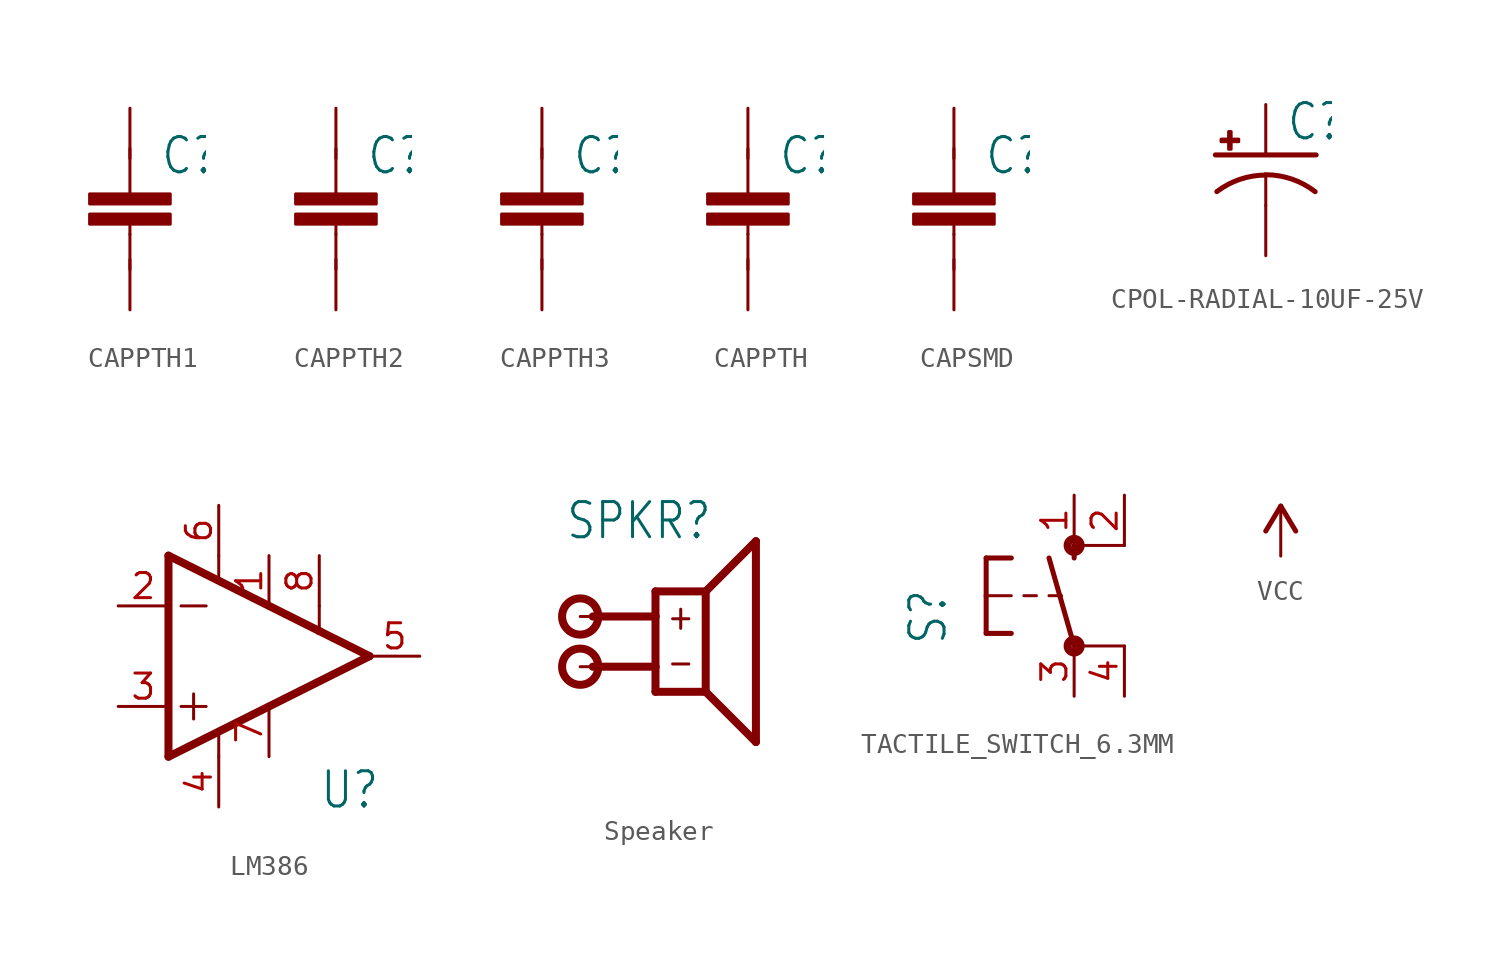
<source format=kicad_sym>
(kicad_symbol_lib
  (version 20231120)
  (generator "kicad_symbol_editor")
  (generator_version "8.0")
  (symbol "CAPPTH1"
    (property "Reference" "C"
      (at 1.524 1.651 0)
      (effects (font (size 1.778 1.511)) (justify left bottom)))
    (property "Value" ""
      (at 1.524 -3.429 0)
      (effects (font (size 1.778 1.511)) (justify left bottom)))
    (property "ki_locked" ""
      (at 0 0 0)
      (effects (font (size 1.27 1.27))))
    (symbol "CAPPTH1_1_0"
      (rectangle (start -2.032 -0.762) (end 2.032 -0.254) (stroke (width 0) (type default)) (fill (type outline)))
      (rectangle (start -2.032 0.254) (end 2.032 0.762) (stroke (width 0) (type default)) (fill (type outline)))
      (polyline (pts (xy 0 -3.048) (xy 0 -1.27)) (stroke (width 0.152) (type solid)) (fill (type none)))
      (polyline (pts (xy 0 -1.27) (xy 0 -0.762)) (stroke (width 0.152) (type solid)) (fill (type none)))
      (polyline (pts (xy 0 3.048) (xy 0 0.762)) (stroke (width 0.152) (type solid)) (fill (type none)))
      (pin passive line (at 0 5.08 270) (length 2.54) (name "1" (effects (font (size 0 0)))) (number "1" (effects (font (size 0 0)))))
      (pin passive line (at 0 -5.08 90) (length 2.54) (name "2" (effects (font (size 0 0)))) (number "2" (effects (font (size 0 0)))))))
  (symbol "CAPPTH2"
    (property "Reference" "C"
      (at 1.524 1.651 0)
      (effects (font (size 1.778 1.511)) (justify left bottom)))
    (property "Value" ""
      (at 1.524 -3.429 0)
      (effects (font (size 1.778 1.511)) (justify left bottom)))
    (property "ki_locked" ""
      (at 0 0 0)
      (effects (font (size 1.27 1.27))))
    (symbol "CAPPTH2_1_0"
      (rectangle (start -2.032 -0.762) (end 2.032 -0.254) (stroke (width 0) (type default)) (fill (type outline)))
      (rectangle (start -2.032 0.254) (end 2.032 0.762) (stroke (width 0) (type default)) (fill (type outline)))
      (polyline (pts (xy 0 -3.048) (xy 0 -1.27)) (stroke (width 0.152) (type solid)) (fill (type none)))
      (polyline (pts (xy 0 -1.27) (xy 0 -0.762)) (stroke (width 0.152) (type solid)) (fill (type none)))
      (polyline (pts (xy 0 3.048) (xy 0 0.762)) (stroke (width 0.152) (type solid)) (fill (type none)))
      (pin passive line (at 0 5.08 270) (length 2.54) (name "1" (effects (font (size 0 0)))) (number "1" (effects (font (size 0 0)))))
      (pin passive line (at 0 -5.08 90) (length 2.54) (name "2" (effects (font (size 0 0)))) (number "2" (effects (font (size 0 0)))))))
  (symbol "CAPPTH3"
    (property "Reference" "C"
      (at 1.524 1.651 0)
      (effects (font (size 1.778 1.511)) (justify left bottom)))
    (property "Value" ""
      (at 1.524 -3.429 0)
      (effects (font (size 1.778 1.511)) (justify left bottom)))
    (property "ki_locked" ""
      (at 0 0 0)
      (effects (font (size 1.27 1.27))))
    (symbol "CAPPTH3_1_0"
      (rectangle (start -2.032 -0.762) (end 2.032 -0.254) (stroke (width 0) (type default)) (fill (type outline)))
      (rectangle (start -2.032 0.254) (end 2.032 0.762) (stroke (width 0) (type default)) (fill (type outline)))
      (polyline (pts (xy 0 -3.048) (xy 0 -1.27)) (stroke (width 0.152) (type solid)) (fill (type none)))
      (polyline (pts (xy 0 -1.27) (xy 0 -0.762)) (stroke (width 0.152) (type solid)) (fill (type none)))
      (polyline (pts (xy 0 3.048) (xy 0 0.762)) (stroke (width 0.152) (type solid)) (fill (type none)))
      (pin passive line (at 0 5.08 270) (length 2.54) (name "1" (effects (font (size 0 0)))) (number "1" (effects (font (size 0 0)))))
      (pin passive line (at 0 -5.08 90) (length 2.54) (name "2" (effects (font (size 0 0)))) (number "2" (effects (font (size 0 0)))))))
  (symbol "CAPPTH"
    (property "Reference" "C"
      (at 1.524 1.651 0)
      (effects (font (size 1.778 1.511)) (justify left bottom)))
    (property "Value" ""
      (at 1.524 -3.429 0)
      (effects (font (size 1.778 1.511)) (justify left bottom)))
    (property "ki_locked" ""
      (at 0 0 0)
      (effects (font (size 1.27 1.27))))
    (symbol "CAPPTH_1_0"
      (rectangle (start -2.032 -0.762) (end 2.032 -0.254) (stroke (width 0) (type default)) (fill (type outline)))
      (rectangle (start -2.032 0.254) (end 2.032 0.762) (stroke (width 0) (type default)) (fill (type outline)))
      (polyline (pts (xy 0 -3.048) (xy 0 -1.27)) (stroke (width 0.152) (type solid)) (fill (type none)))
      (polyline (pts (xy 0 -1.27) (xy 0 -0.762)) (stroke (width 0.152) (type solid)) (fill (type none)))
      (polyline (pts (xy 0 3.048) (xy 0 0.762)) (stroke (width 0.152) (type solid)) (fill (type none)))
      (pin passive line (at 0 5.08 270) (length 2.54) (name "1" (effects (font (size 0 0)))) (number "1" (effects (font (size 0 0)))))
      (pin passive line (at 0 -5.08 90) (length 2.54) (name "2" (effects (font (size 0 0)))) (number "2" (effects (font (size 0 0)))))))
  (symbol "CAPSMD"
    (property "Reference" "C"
      (at 1.524 1.651 0)
      (effects (font (size 1.778 1.511)) (justify left bottom)))
    (property "Value" ""
      (at 1.524 -3.429 0)
      (effects (font (size 1.778 1.511)) (justify left bottom)))
    (property "ki_locked" ""
      (at 0 0 0)
      (effects (font (size 1.27 1.27))))
    (symbol "CAPSMD_1_0"
      (rectangle (start -2.032 -0.762) (end 2.032 -0.254) (stroke (width 0) (type default)) (fill (type outline)))
      (rectangle (start -2.032 0.254) (end 2.032 0.762) (stroke (width 0) (type default)) (fill (type outline)))
      (polyline (pts (xy 0 -3.048) (xy 0 -1.27)) (stroke (width 0.152) (type solid)) (fill (type none)))
      (polyline (pts (xy 0 -1.27) (xy 0 -0.762)) (stroke (width 0.152) (type solid)) (fill (type none)))
      (polyline (pts (xy 0 3.048) (xy 0 0.762)) (stroke (width 0.152) (type solid)) (fill (type none)))
      (pin passive line (at 0 5.08 270) (length 2.54) (name "1" (effects (font (size 0 0)))) (number "A" (effects (font (size 0 0)))))
      (pin passive line (at 0 -5.08 90) (length 2.54) (name "2" (effects (font (size 0 0)))) (number "C" (effects (font (size 0 0)))))))
  (symbol "CPOL-RADIAL-10UF-25V"
    (property "Reference" "C"
      (at 1.016 0.635 0)
      (effects (font (size 1.778 1.511)) (justify left bottom)))
    (property "Value" ""
      (at 1.016 -4.191 0)
      (effects (font (size 1.778 1.511)) (justify left bottom)))
    (property "ki_locked" ""
      (at 0 0 0)
      (effects (font (size 1.27 1.27))))
    (symbol "CPOL-RADIAL-10UF-25V_1_0"
      (rectangle (start -2.253 0.668) (end -1.364 0.795) (stroke (width 0) (type default)) (fill (type outline)))
      (rectangle (start -1.872 0.287) (end -1.745 1.176) (stroke (width 0) (type default)) (fill (type outline)))
      (arc (start 0 -1.0161) (mid -1.3021 -1.2303) (end -2.4669 -1.8504) (stroke (width 0.254) (type solid)) (fill (type none)))
      (polyline (pts (xy -2.54 0) (xy 2.54 0)) (stroke (width 0.254) (type solid)) (fill (type none)))
      (polyline (pts (xy 0 -1.016) (xy 0 -2.54)) (stroke (width 0.152) (type solid)) (fill (type none)))
      (arc (start 2.4892 -1.8541) (mid 1.3158 -1.2194) (end 0 -1) (stroke (width 0.254) (type solid)) (fill (type none)))
      (pin passive line (at 0 2.54 270) (length 2.54) (name "+" (effects (font (size 0 0)))) (number "+" (effects (font (size 0 0)))))
      (pin passive line (at 0 -5.08 90) (length 2.54) (name "-" (effects (font (size 0 0)))) (number "-" (effects (font (size 0 0)))))))
  (symbol "LM386"
    (property "Reference" "U"
      (at 5.08 -5.715 0)
      (effects (font (size 1.778 1.511)) (justify left top)))
    (property "Value" ""
      (at 5.08 5.08 0)
      (effects (font (size 1.778 1.511)) (justify left top)))
    (property "ki_locked" ""
      (at 0 0 0)
      (effects (font (size 1.27 1.27))))
    (symbol "LM386_1_0"
      (polyline (pts (xy -2.54 -5.08) (xy -2.54 5.08)) (stroke (width 0.406) (type solid)) (fill (type none)))
      (polyline (pts (xy -2.54 5.08) (xy 5.08 1.27)) (stroke (width 0.406) (type solid)) (fill (type none)))
      (polyline (pts (xy -1.905 -2.54) (xy -0.635 -2.54)) (stroke (width 0.152) (type solid)) (fill (type none)))
      (polyline (pts (xy -1.905 2.54) (xy -0.635 2.54)) (stroke (width 0.152) (type solid)) (fill (type none)))
      (polyline (pts (xy -1.27 -3.175) (xy -1.27 -1.905)) (stroke (width 0.152) (type solid)) (fill (type none)))
      (polyline (pts (xy 0 -5.08) (xy 0 -3.886)) (stroke (width 0.152) (type solid)) (fill (type none)))
      (polyline (pts (xy 0 3.912) (xy 0 5.08)) (stroke (width 0.152) (type solid)) (fill (type none)))
      (polyline (pts (xy 5.08 1.27) (xy 5.08 2.54)) (stroke (width 0.152) (type solid)) (fill (type none)))
      (polyline (pts (xy 5.08 1.27) (xy 7.62 0)) (stroke (width 0.406) (type solid)) (fill (type none)))
      (polyline (pts (xy 7.62 0) (xy -2.54 -5.08)) (stroke (width 0.406) (type solid)) (fill (type none)))
      (pin bidirectional line (at 2.54 5.08 270) (length 2.54) (name "GAIN@1" (effects (font (size 0 0)))) (number "1" (effects (font (size 1.27 1.27)))))
      (pin input line (at -5.08 2.54 0) (length 2.54) (name "-IN" (effects (font (size 0 0)))) (number "2" (effects (font (size 1.27 1.27)))))
      (pin input line (at -5.08 -2.54 0) (length 2.54) (name "+IN" (effects (font (size 0 0)))) (number "3" (effects (font (size 1.27 1.27)))))
      (pin power_in line (at 0 -7.62 90) (length 2.54) (name "V-" (effects (font (size 0 0)))) (number "4" (effects (font (size 1.27 1.27)))))
      (pin output line (at 10.16 0 180) (length 2.54) (name "OUT" (effects (font (size 0 0)))) (number "5" (effects (font (size 1.27 1.27)))))
      (pin power_in line (at 0 7.62 270) (length 2.54) (name "V+" (effects (font (size 0 0)))) (number "6" (effects (font (size 1.27 1.27)))))
      (pin bidirectional line (at 2.54 -5.08 90) (length 2.54) (name "BP" (effects (font (size 0 0)))) (number "7" (effects (font (size 1.27 1.27)))))
      (pin bidirectional line (at 5.08 5.08 270) (length 2.54) (name "GAIN@8" (effects (font (size 0 0)))) (number "8" (effects (font (size 1.27 1.27)))))))
  (symbol "Speaker"
    (property "Reference" "SPKR"
      (at -5.842 5.08 0)
      (effects (font (size 1.778 1.511)) (justify left bottom)))
    (property "Value" ""
      (at -5.842 -7.112 0)
      (effects (font (size 1.778 1.511)) (justify left bottom)))
    (property "ki_locked" ""
      (at 0 0 0)
      (effects (font (size 1.27 1.27))))
    (symbol "Speaker_1_0"
      (circle (center -5.08 -1.27) (radius 0.916) (stroke (width 0.406) (type solid)) (fill (type none)))
      (circle (center -5.08 1.27) (radius 0.916) (stroke (width 0.406) (type solid)) (fill (type none)))
      (polyline (pts (xy -1.27 -2.54) (xy -1.27 -1.27)) (stroke (width 0.406) (type solid)) (fill (type none)))
      (polyline (pts (xy -1.27 -1.27) (xy -4.445 -1.27)) (stroke (width 0.406) (type solid)) (fill (type none)))
      (polyline (pts (xy -1.27 -1.27) (xy -1.27 1.27)) (stroke (width 0.406) (type solid)) (fill (type none)))
      (polyline (pts (xy -1.27 1.27) (xy -4.445 1.27)) (stroke (width 0.406) (type solid)) (fill (type none)))
      (polyline (pts (xy -1.27 1.27) (xy -1.27 2.54)) (stroke (width 0.406) (type solid)) (fill (type none)))
      (polyline (pts (xy -1.27 2.54) (xy 1.27 2.54)) (stroke (width 0.406) (type solid)) (fill (type none)))
      (polyline (pts (xy 1.27 -2.54) (xy -1.27 -2.54)) (stroke (width 0.406) (type solid)) (fill (type none)))
      (polyline (pts (xy 1.27 2.54) (xy 1.27 -2.54)) (stroke (width 0.406) (type solid)) (fill (type none)))
      (polyline (pts (xy 1.27 2.54) (xy 3.81 5.08)) (stroke (width 0.406) (type solid)) (fill (type none)))
      (polyline (pts (xy 3.81 -5.08) (xy 1.27 -2.54)) (stroke (width 0.406) (type solid)) (fill (type none)))
      (polyline (pts (xy 3.81 5.08) (xy 3.81 -5.08)) (stroke (width 0.406) (type solid)) (fill (type none)))
      (text "+" (at -0.762 0.508 0) (effects (font (size 1.27 1.079)) (justify left bottom)))
      (text "-" (at -0.762 -1.778 0) (effects (font (size 1.27 1.079)) (justify left bottom)))
      (pin passive line (at -5.08 1.27 0) (length 2.54) (name "+" (effects (font (size 0 0)))) (number "+" (effects (font (size 0 0)))))
      (pin passive line (at -5.08 -1.27 0) (length 2.54) (name "-" (effects (font (size 0 0)))) (number "-" (effects (font (size 0 0)))))))
  (symbol "TACTILE_SWITCH_6.3MM"
    (property "Reference" "S"
      (at -6.35 -2.54 90)
      (effects (font (size 1.778 1.511)) (justify left bottom)))
    (property "Value" ""
      (at -3.81 3.175 90)
      (effects (font (size 1.778 1.511)) (justify left bottom)))
    (property "ki_locked" ""
      (at 0 0 0)
      (effects (font (size 1.27 1.27))))
    (symbol "TACTILE_SWITCH_6.3MM_1_0"
      (circle (center 0 -2.54) (radius 0.127) (stroke (width 0.406) (type solid)) (fill (type none)))
      (polyline (pts (xy -4.445 -1.905) (xy -3.175 -1.905)) (stroke (width 0.254) (type solid)) (fill (type none)))
      (polyline (pts (xy -4.445 0) (xy -4.445 -1.905)) (stroke (width 0.254) (type solid)) (fill (type none)))
      (polyline (pts (xy -4.445 0) (xy -3.175 0)) (stroke (width 0.152) (type solid)) (fill (type none)))
      (polyline (pts (xy -4.445 1.905) (xy -4.445 0)) (stroke (width 0.254) (type solid)) (fill (type none)))
      (polyline (pts (xy -4.445 1.905) (xy -3.175 1.905)) (stroke (width 0.254) (type solid)) (fill (type none)))
      (polyline (pts (xy -2.54 0) (xy -1.905 0)) (stroke (width 0.152) (type solid)) (fill (type none)))
      (polyline (pts (xy -1.27 0) (xy -0.635 0)) (stroke (width 0.152) (type solid)) (fill (type none)))
      (polyline (pts (xy 0 -2.54) (xy -1.27 1.905)) (stroke (width 0.254) (type solid)) (fill (type none)))
      (polyline (pts (xy 0 1.905) (xy 0 2.54)) (stroke (width 0.254) (type solid)) (fill (type none)))
      (polyline (pts (xy 2.54 -2.54) (xy 0 -2.54)) (stroke (width 0.152) (type solid)) (fill (type none)))
      (polyline (pts (xy 2.54 2.54) (xy 0 2.54)) (stroke (width 0.152) (type solid)) (fill (type none)))
      (circle (center 0 2.54) (radius 0.127) (stroke (width 0.406) (type solid)) (fill (type none)))
      (pin passive line (at 0 5.08 270) (length 2.54) (name "1" (effects (font (size 0 0)))) (number "1" (effects (font (size 1.27 1.27)))))
      (pin passive line (at 2.54 5.08 270) (length 2.54) (name "2" (effects (font (size 0 0)))) (number "2" (effects (font (size 1.27 1.27)))))
      (pin passive line (at 0 -5.08 90) (length 2.54) (name "3" (effects (font (size 0 0)))) (number "3" (effects (font (size 1.27 1.27)))))
      (pin passive line (at 2.54 -5.08 90) (length 2.54) (name "4" (effects (font (size 0 0)))) (number "4" (effects (font (size 1.27 1.27)))))))
  (symbol "VCC"
    (power)
    (property "Reference" "#SUPPLY"
      (at 0 0 0)
      (effects (font (size 1.27 1.27)) (hide yes)))
    (property "Value" ""
      (at -1.016 3.556 0)
      (effects (font (size 1.778 1.511)) (justify left bottom)))
    (property "ki_locked" ""
      (at 0 0 0)
      (effects (font (size 1.27 1.27))))
    (symbol "VCC_1_0"
      (polyline (pts (xy 0 2.54) (xy -0.762 1.27)) (stroke (width 0.254) (type solid)) (fill (type none)))
      (polyline (pts (xy 0.762 1.27) (xy 0 2.54)) (stroke (width 0.254) (type solid)) (fill (type none)))
      (pin power_in line (at 0 0 90) (length 2.54) (name "VCC" (effects (font (size 0 0)))) (number "1" (effects (font (size 0 0))))))))
</source>
